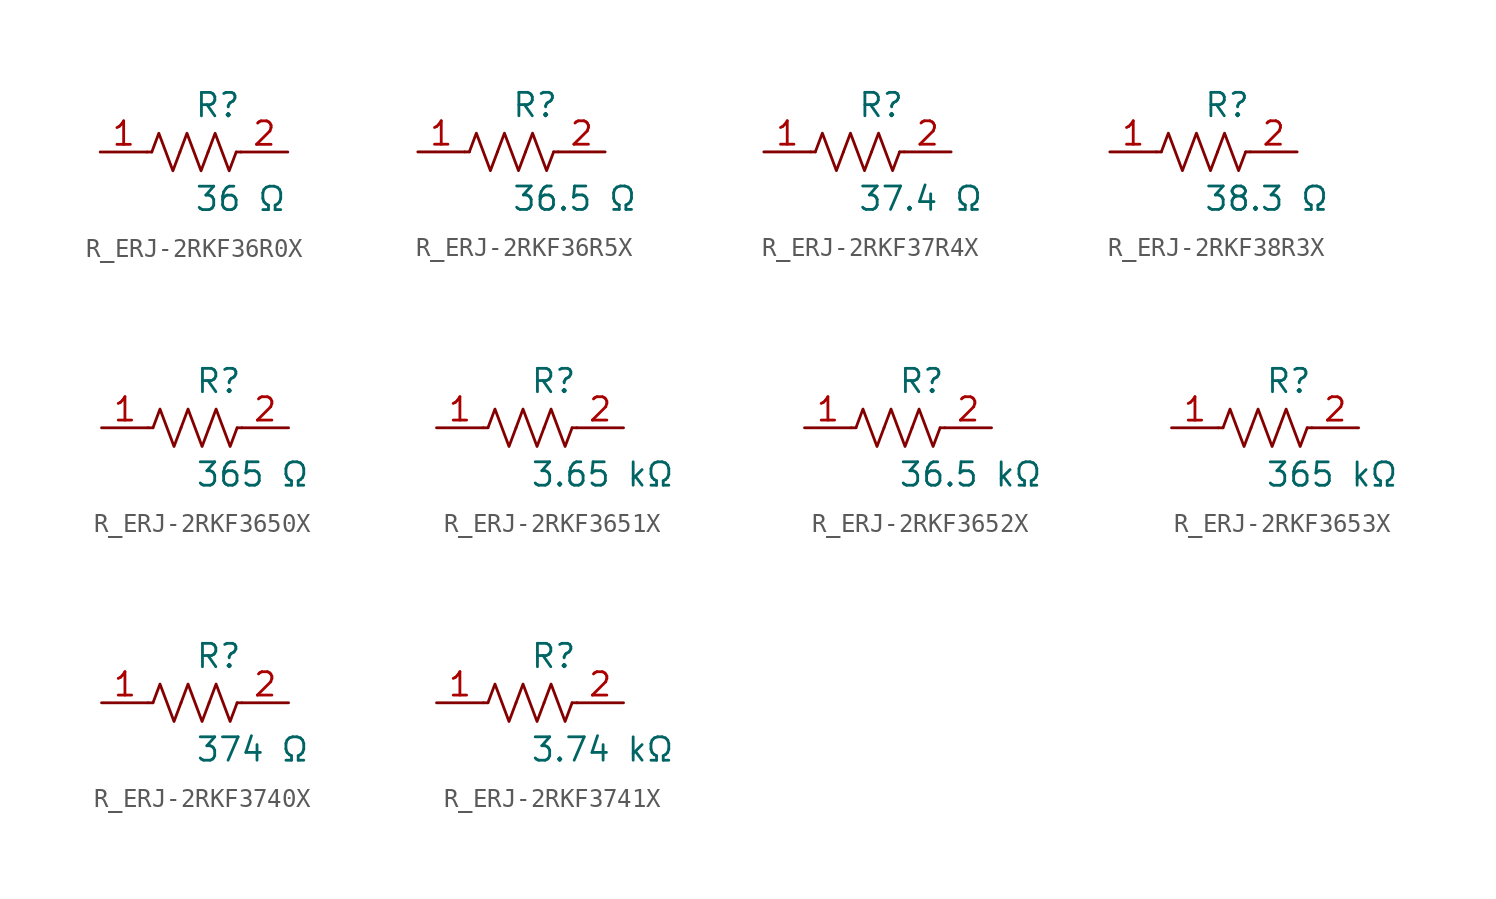
<source format=kicad_sym>
(kicad_symbol_lib
  (version 20231120)
  (generator kicad_symbol_editor)
  (generator_version 8.0)
  (symbol "R_ERJ-2RKF36R0X"
    (pin_names
      (offset 0.254))
    (property "Reference" "R"
      (at 0 2.54 0)
      (effects (font (size 1.27 1.27)) (justify left)))
    (property "Value" "36 Ω"
      (at 0 -2.54 0)
      (effects (font (size 1.27 1.27)) (justify left)))
    (symbol "R_ERJ-2RKF36R0X_0_1"
      (polyline (pts (xy 2.286 0) (xy 2.54 0)) (stroke (width 0) (type default)) (fill (type none)))
      (polyline (pts (xy -2.286 0) (xy -2.54 0)) (stroke (width 0) (type default)) (fill (type none)))
      (polyline (pts (xy 0.762 0) (xy 1.143 1.016) (xy 1.524 0) (xy 1.905 -1.016) (xy 2.286 0)) (stroke (width 0) (type default)) (fill (type none)))
      (polyline (pts (xy -0.762 0) (xy -0.381 1.016) (xy 0 0) (xy 0.381 -1.016) (xy 0.762 0)) (stroke (width 0) (type default)) (fill (type none)))
      (polyline (pts (xy -2.286 0) (xy -1.905 1.016) (xy -1.524 0) (xy -1.143 -1.016) (xy -0.762 0)) (stroke (width 0) (type default)) (fill (type none))))
    (pin passive line
      (at -5.08 0 0)
      (length 2.54)
      (name "" (effects (font (size 1.27 1.27))))
      (number "1" (effects (font (size 1.27 1.27)))))
    (pin passive line
      (at 5.08 0 180)
      (length 2.54)
      (name "" (effects (font (size 1.27 1.27))))
      (number "2" (effects (font (size 1.27 1.27))))))
  (symbol "R_ERJ-2RKF36R5X"
    (pin_names
      (offset 0.254))
    (property "Reference" "R"
      (at 0 2.54 0)
      (effects (font (size 1.27 1.27)) (justify left)))
    (property "Value" "36.5 Ω"
      (at 0 -2.54 0)
      (effects (font (size 1.27 1.27)) (justify left)))
    (symbol "R_ERJ-2RKF36R5X_0_1"
      (polyline (pts (xy 2.286 0) (xy 2.54 0)) (stroke (width 0) (type default)) (fill (type none)))
      (polyline (pts (xy -2.286 0) (xy -2.54 0)) (stroke (width 0) (type default)) (fill (type none)))
      (polyline (pts (xy 0.762 0) (xy 1.143 1.016) (xy 1.524 0) (xy 1.905 -1.016) (xy 2.286 0)) (stroke (width 0) (type default)) (fill (type none)))
      (polyline (pts (xy -0.762 0) (xy -0.381 1.016) (xy 0 0) (xy 0.381 -1.016) (xy 0.762 0)) (stroke (width 0) (type default)) (fill (type none)))
      (polyline (pts (xy -2.286 0) (xy -1.905 1.016) (xy -1.524 0) (xy -1.143 -1.016) (xy -0.762 0)) (stroke (width 0) (type default)) (fill (type none))))
    (pin passive line
      (at -5.08 0 0)
      (length 2.54)
      (name "" (effects (font (size 1.27 1.27))))
      (number "1" (effects (font (size 1.27 1.27)))))
    (pin passive line
      (at 5.08 0 180)
      (length 2.54)
      (name "" (effects (font (size 1.27 1.27))))
      (number "2" (effects (font (size 1.27 1.27))))))
  (symbol "R_ERJ-2RKF37R4X"
    (pin_names
      (offset 0.254))
    (property "Reference" "R"
      (at 0 2.54 0)
      (effects (font (size 1.27 1.27)) (justify left)))
    (property "Value" "37.4 Ω"
      (at 0 -2.54 0)
      (effects (font (size 1.27 1.27)) (justify left)))
    (symbol "R_ERJ-2RKF37R4X_0_1"
      (polyline (pts (xy 2.286 0) (xy 2.54 0)) (stroke (width 0) (type default)) (fill (type none)))
      (polyline (pts (xy -2.286 0) (xy -2.54 0)) (stroke (width 0) (type default)) (fill (type none)))
      (polyline (pts (xy 0.762 0) (xy 1.143 1.016) (xy 1.524 0) (xy 1.905 -1.016) (xy 2.286 0)) (stroke (width 0) (type default)) (fill (type none)))
      (polyline (pts (xy -0.762 0) (xy -0.381 1.016) (xy 0 0) (xy 0.381 -1.016) (xy 0.762 0)) (stroke (width 0) (type default)) (fill (type none)))
      (polyline (pts (xy -2.286 0) (xy -1.905 1.016) (xy -1.524 0) (xy -1.143 -1.016) (xy -0.762 0)) (stroke (width 0) (type default)) (fill (type none))))
    (pin passive line
      (at -5.08 0 0)
      (length 2.54)
      (name "" (effects (font (size 1.27 1.27))))
      (number "1" (effects (font (size 1.27 1.27)))))
    (pin passive line
      (at 5.08 0 180)
      (length 2.54)
      (name "" (effects (font (size 1.27 1.27))))
      (number "2" (effects (font (size 1.27 1.27))))))
  (symbol "R_ERJ-2RKF38R3X"
    (pin_names
      (offset 0.254))
    (property "Reference" "R"
      (at 0 2.54 0)
      (effects (font (size 1.27 1.27)) (justify left)))
    (property "Value" "38.3 Ω"
      (at 0 -2.54 0)
      (effects (font (size 1.27 1.27)) (justify left)))
    (symbol "R_ERJ-2RKF38R3X_0_1"
      (polyline (pts (xy 2.286 0) (xy 2.54 0)) (stroke (width 0) (type default)) (fill (type none)))
      (polyline (pts (xy -2.286 0) (xy -2.54 0)) (stroke (width 0) (type default)) (fill (type none)))
      (polyline (pts (xy 0.762 0) (xy 1.143 1.016) (xy 1.524 0) (xy 1.905 -1.016) (xy 2.286 0)) (stroke (width 0) (type default)) (fill (type none)))
      (polyline (pts (xy -0.762 0) (xy -0.381 1.016) (xy 0 0) (xy 0.381 -1.016) (xy 0.762 0)) (stroke (width 0) (type default)) (fill (type none)))
      (polyline (pts (xy -2.286 0) (xy -1.905 1.016) (xy -1.524 0) (xy -1.143 -1.016) (xy -0.762 0)) (stroke (width 0) (type default)) (fill (type none))))
    (pin passive line
      (at -5.08 0 0)
      (length 2.54)
      (name "" (effects (font (size 1.27 1.27))))
      (number "1" (effects (font (size 1.27 1.27)))))
    (pin passive line
      (at 5.08 0 180)
      (length 2.54)
      (name "" (effects (font (size 1.27 1.27))))
      (number "2" (effects (font (size 1.27 1.27))))))
  (symbol "R_ERJ-2RKF3650X"
    (pin_names
      (offset 0.254))
    (property "Reference" "R"
      (at 0 2.54 0)
      (effects (font (size 1.27 1.27)) (justify left)))
    (property "Value" "365 Ω"
      (at 0 -2.54 0)
      (effects (font (size 1.27 1.27)) (justify left)))
    (symbol "R_ERJ-2RKF3650X_0_1"
      (polyline (pts (xy 2.286 0) (xy 2.54 0)) (stroke (width 0) (type default)) (fill (type none)))
      (polyline (pts (xy -2.286 0) (xy -2.54 0)) (stroke (width 0) (type default)) (fill (type none)))
      (polyline (pts (xy 0.762 0) (xy 1.143 1.016) (xy 1.524 0) (xy 1.905 -1.016) (xy 2.286 0)) (stroke (width 0) (type default)) (fill (type none)))
      (polyline (pts (xy -0.762 0) (xy -0.381 1.016) (xy 0 0) (xy 0.381 -1.016) (xy 0.762 0)) (stroke (width 0) (type default)) (fill (type none)))
      (polyline (pts (xy -2.286 0) (xy -1.905 1.016) (xy -1.524 0) (xy -1.143 -1.016) (xy -0.762 0)) (stroke (width 0) (type default)) (fill (type none))))
    (pin passive line
      (at -5.08 0 0)
      (length 2.54)
      (name "" (effects (font (size 1.27 1.27))))
      (number "1" (effects (font (size 1.27 1.27)))))
    (pin passive line
      (at 5.08 0 180)
      (length 2.54)
      (name "" (effects (font (size 1.27 1.27))))
      (number "2" (effects (font (size 1.27 1.27))))))
  (symbol "R_ERJ-2RKF3651X"
    (pin_names
      (offset 0.254))
    (property "Reference" "R"
      (at 0 2.54 0)
      (effects (font (size 1.27 1.27)) (justify left)))
    (property "Value" "3.65 kΩ"
      (at 0 -2.54 0)
      (effects (font (size 1.27 1.27)) (justify left)))
    (symbol "R_ERJ-2RKF3651X_0_1"
      (polyline (pts (xy 2.286 0) (xy 2.54 0)) (stroke (width 0) (type default)) (fill (type none)))
      (polyline (pts (xy -2.286 0) (xy -2.54 0)) (stroke (width 0) (type default)) (fill (type none)))
      (polyline (pts (xy 0.762 0) (xy 1.143 1.016) (xy 1.524 0) (xy 1.905 -1.016) (xy 2.286 0)) (stroke (width 0) (type default)) (fill (type none)))
      (polyline (pts (xy -0.762 0) (xy -0.381 1.016) (xy 0 0) (xy 0.381 -1.016) (xy 0.762 0)) (stroke (width 0) (type default)) (fill (type none)))
      (polyline (pts (xy -2.286 0) (xy -1.905 1.016) (xy -1.524 0) (xy -1.143 -1.016) (xy -0.762 0)) (stroke (width 0) (type default)) (fill (type none))))
    (pin passive line
      (at -5.08 0 0)
      (length 2.54)
      (name "" (effects (font (size 1.27 1.27))))
      (number "1" (effects (font (size 1.27 1.27)))))
    (pin passive line
      (at 5.08 0 180)
      (length 2.54)
      (name "" (effects (font (size 1.27 1.27))))
      (number "2" (effects (font (size 1.27 1.27))))))
  (symbol "R_ERJ-2RKF3652X"
    (pin_names
      (offset 0.254))
    (property "Reference" "R"
      (at 0 2.54 0)
      (effects (font (size 1.27 1.27)) (justify left)))
    (property "Value" "36.5 kΩ"
      (at 0 -2.54 0)
      (effects (font (size 1.27 1.27)) (justify left)))
    (symbol "R_ERJ-2RKF3652X_0_1"
      (polyline (pts (xy 2.286 0) (xy 2.54 0)) (stroke (width 0) (type default)) (fill (type none)))
      (polyline (pts (xy -2.286 0) (xy -2.54 0)) (stroke (width 0) (type default)) (fill (type none)))
      (polyline (pts (xy 0.762 0) (xy 1.143 1.016) (xy 1.524 0) (xy 1.905 -1.016) (xy 2.286 0)) (stroke (width 0) (type default)) (fill (type none)))
      (polyline (pts (xy -0.762 0) (xy -0.381 1.016) (xy 0 0) (xy 0.381 -1.016) (xy 0.762 0)) (stroke (width 0) (type default)) (fill (type none)))
      (polyline (pts (xy -2.286 0) (xy -1.905 1.016) (xy -1.524 0) (xy -1.143 -1.016) (xy -0.762 0)) (stroke (width 0) (type default)) (fill (type none))))
    (pin passive line
      (at -5.08 0 0)
      (length 2.54)
      (name "" (effects (font (size 1.27 1.27))))
      (number "1" (effects (font (size 1.27 1.27)))))
    (pin passive line
      (at 5.08 0 180)
      (length 2.54)
      (name "" (effects (font (size 1.27 1.27))))
      (number "2" (effects (font (size 1.27 1.27))))))
  (symbol "R_ERJ-2RKF3653X"
    (pin_names
      (offset 0.254))
    (property "Reference" "R"
      (at 0 2.54 0)
      (effects (font (size 1.27 1.27)) (justify left)))
    (property "Value" "365 kΩ"
      (at 0 -2.54 0)
      (effects (font (size 1.27 1.27)) (justify left)))
    (symbol "R_ERJ-2RKF3653X_0_1"
      (polyline (pts (xy 2.286 0) (xy 2.54 0)) (stroke (width 0) (type default)) (fill (type none)))
      (polyline (pts (xy -2.286 0) (xy -2.54 0)) (stroke (width 0) (type default)) (fill (type none)))
      (polyline (pts (xy 0.762 0) (xy 1.143 1.016) (xy 1.524 0) (xy 1.905 -1.016) (xy 2.286 0)) (stroke (width 0) (type default)) (fill (type none)))
      (polyline (pts (xy -0.762 0) (xy -0.381 1.016) (xy 0 0) (xy 0.381 -1.016) (xy 0.762 0)) (stroke (width 0) (type default)) (fill (type none)))
      (polyline (pts (xy -2.286 0) (xy -1.905 1.016) (xy -1.524 0) (xy -1.143 -1.016) (xy -0.762 0)) (stroke (width 0) (type default)) (fill (type none))))
    (pin passive line
      (at -5.08 0 0)
      (length 2.54)
      (name "" (effects (font (size 1.27 1.27))))
      (number "1" (effects (font (size 1.27 1.27)))))
    (pin passive line
      (at 5.08 0 180)
      (length 2.54)
      (name "" (effects (font (size 1.27 1.27))))
      (number "2" (effects (font (size 1.27 1.27))))))
  (symbol "R_ERJ-2RKF3740X"
    (pin_names
      (offset 0.254))
    (property "Reference" "R"
      (at 0 2.54 0)
      (effects (font (size 1.27 1.27)) (justify left)))
    (property "Value" "374 Ω"
      (at 0 -2.54 0)
      (effects (font (size 1.27 1.27)) (justify left)))
    (symbol "R_ERJ-2RKF3740X_0_1"
      (polyline (pts (xy 2.286 0) (xy 2.54 0)) (stroke (width 0) (type default)) (fill (type none)))
      (polyline (pts (xy -2.286 0) (xy -2.54 0)) (stroke (width 0) (type default)) (fill (type none)))
      (polyline (pts (xy 0.762 0) (xy 1.143 1.016) (xy 1.524 0) (xy 1.905 -1.016) (xy 2.286 0)) (stroke (width 0) (type default)) (fill (type none)))
      (polyline (pts (xy -0.762 0) (xy -0.381 1.016) (xy 0 0) (xy 0.381 -1.016) (xy 0.762 0)) (stroke (width 0) (type default)) (fill (type none)))
      (polyline (pts (xy -2.286 0) (xy -1.905 1.016) (xy -1.524 0) (xy -1.143 -1.016) (xy -0.762 0)) (stroke (width 0) (type default)) (fill (type none))))
    (pin passive line
      (at -5.08 0 0)
      (length 2.54)
      (name "" (effects (font (size 1.27 1.27))))
      (number "1" (effects (font (size 1.27 1.27)))))
    (pin passive line
      (at 5.08 0 180)
      (length 2.54)
      (name "" (effects (font (size 1.27 1.27))))
      (number "2" (effects (font (size 1.27 1.27))))))
  (symbol "R_ERJ-2RKF3741X"
    (pin_names
      (offset 0.254))
    (property "Reference" "R"
      (at 0 2.54 0)
      (effects (font (size 1.27 1.27)) (justify left)))
    (property "Value" "3.74 kΩ"
      (at 0 -2.54 0)
      (effects (font (size 1.27 1.27)) (justify left)))
    (symbol "R_ERJ-2RKF3741X_0_1"
      (polyline (pts (xy 2.286 0) (xy 2.54 0)) (stroke (width 0) (type default)) (fill (type none)))
      (polyline (pts (xy -2.286 0) (xy -2.54 0)) (stroke (width 0) (type default)) (fill (type none)))
      (polyline (pts (xy 0.762 0) (xy 1.143 1.016) (xy 1.524 0) (xy 1.905 -1.016) (xy 2.286 0)) (stroke (width 0) (type default)) (fill (type none)))
      (polyline (pts (xy -0.762 0) (xy -0.381 1.016) (xy 0 0) (xy 0.381 -1.016) (xy 0.762 0)) (stroke (width 0) (type default)) (fill (type none)))
      (polyline (pts (xy -2.286 0) (xy -1.905 1.016) (xy -1.524 0) (xy -1.143 -1.016) (xy -0.762 0)) (stroke (width 0) (type default)) (fill (type none))))
    (pin passive line
      (at -5.08 0 0)
      (length 2.54)
      (name "" (effects (font (size 1.27 1.27))))
      (number "1" (effects (font (size 1.27 1.27)))))
    (pin passive line
      (at 5.08 0 180)
      (length 2.54)
      (name "" (effects (font (size 1.27 1.27))))
      (number "2" (effects (font (size 1.27 1.27)))))))
</source>
